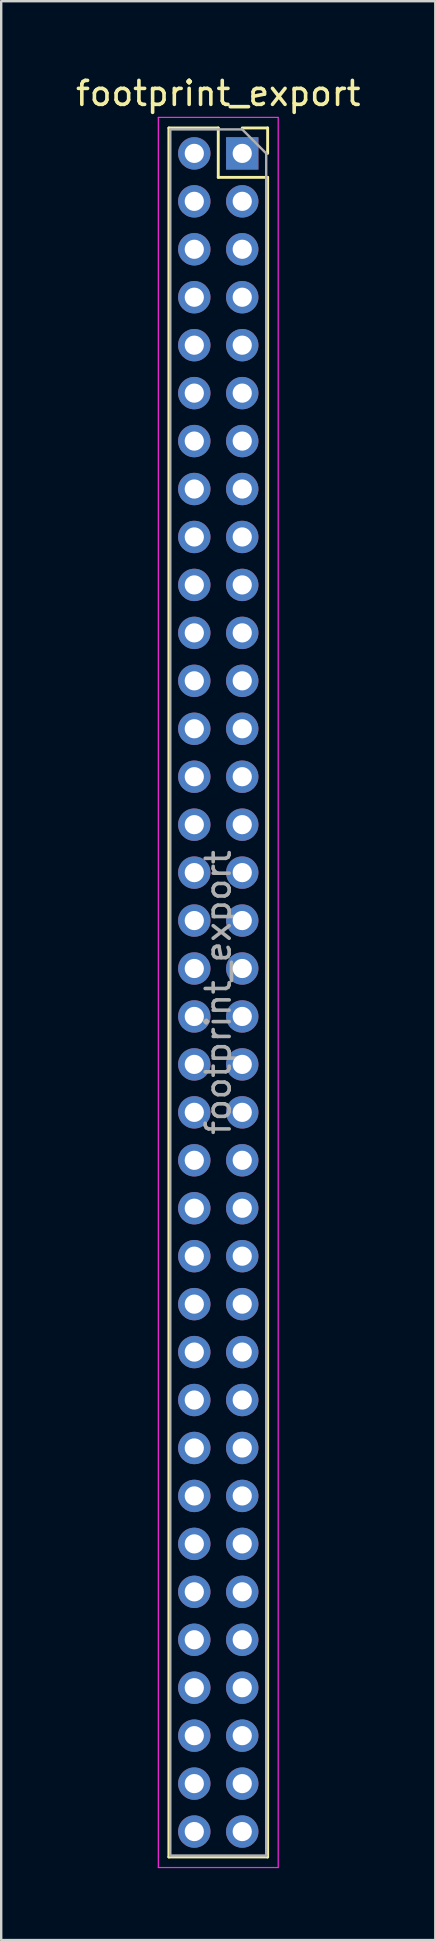
<source format=kicad_pcb>
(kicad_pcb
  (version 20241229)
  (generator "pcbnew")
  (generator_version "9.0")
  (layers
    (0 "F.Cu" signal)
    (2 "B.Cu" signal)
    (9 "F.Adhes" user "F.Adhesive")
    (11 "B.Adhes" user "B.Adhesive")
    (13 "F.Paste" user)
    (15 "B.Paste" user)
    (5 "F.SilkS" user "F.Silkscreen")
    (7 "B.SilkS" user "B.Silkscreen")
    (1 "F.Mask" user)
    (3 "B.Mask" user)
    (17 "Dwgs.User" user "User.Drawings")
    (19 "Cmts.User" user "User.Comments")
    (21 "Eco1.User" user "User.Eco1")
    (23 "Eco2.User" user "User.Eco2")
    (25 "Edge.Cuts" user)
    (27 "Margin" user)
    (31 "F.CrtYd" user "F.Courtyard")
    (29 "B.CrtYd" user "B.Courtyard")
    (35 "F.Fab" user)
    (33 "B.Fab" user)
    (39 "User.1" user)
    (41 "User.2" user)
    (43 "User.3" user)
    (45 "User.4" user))
  (footprint "footprint_export"
    (layer "F.Cu")
    (at 7.054 3.348)
    (property "Reference" "footprint_export" (at -1 -2.5 0) (layer "F.SilkS") (effects (font (size 1 1) (thickness 0.15))))
    (attr through_hole)
    (fp_line (start -3.06 -1.06) (end -3.06 71.06) (stroke (width 0.12) (type solid)) (layer "F.SilkS"))
    (fp_line (start -3.06 -1.06) (end -1 -1.06) (stroke (width 0.12) (type solid)) (layer "F.SilkS"))
    (fp_line (start -3.06 71.06) (end 1.06 71.06) (stroke (width 0.12) (type solid)) (layer "F.SilkS"))
    (fp_line (start -1 -1.06) (end -1 1) (stroke (width 0.12) (type solid)) (layer "F.SilkS"))
    (fp_line (start -1 1) (end 1.06 1) (stroke (width 0.12) (type solid)) (layer "F.SilkS"))
    (fp_line (start 0 -1.06) (end 1.06 -1.06) (stroke (width 0.12) (type solid)) (layer "F.SilkS"))
    (fp_line (start 1.06 -1.06) (end 1.06 0) (stroke (width 0.12) (type solid)) (layer "F.SilkS"))
    (fp_line (start 1.06 1) (end 1.06 71.06) (stroke (width 0.12) (type solid)) (layer "F.SilkS"))
    (fp_line (start -3.5 -1.5) (end 1.5 -1.5) (stroke (width 0.05) (type solid)) (layer "F.CrtYd"))
    (fp_line (start -3.5 71.5) (end -3.5 -1.5) (stroke (width 0.05) (type solid)) (layer "F.CrtYd"))
    (fp_line (start 1.5 -1.5) (end 1.5 71.5) (stroke (width 0.05) (type solid)) (layer "F.CrtYd"))
    (fp_line (start 1.5 71.5) (end -3.5 71.5) (stroke (width 0.05) (type solid)) (layer "F.CrtYd"))
    (fp_line (start -3 -1) (end 0 -1) (stroke (width 0.1) (type solid)) (layer "F.Fab"))
    (fp_line (start -3 71) (end -3 -1) (stroke (width 0.1) (type solid)) (layer "F.Fab"))
    (fp_line (start 0 -1) (end 1 0) (stroke (width 0.1) (type solid)) (layer "F.Fab"))
    (fp_line (start 1 0) (end 1 71) (stroke (width 0.1) (type solid)) (layer "F.Fab"))
    (fp_line (start 1 71) (end -3 71) (stroke (width 0.1) (type solid)) (layer "F.Fab"))
    (fp_text user "${REFERENCE}" (at -1 35 90) (layer "F.Fab") (effects (font (size 1 1) (thickness 0.15))))
    (pad "1" thru_hole rect (at 0 0) (size 1.35 1.35) (drill 0.8) (layers "*.Cu" "*.Mask"))
    (pad "2" thru_hole oval (at -2 0) (size 1.35 1.35) (drill 0.8) (layers "*.Cu" "*.Mask"))
    (pad "3" thru_hole oval (at 0 2) (size 1.35 1.35) (drill 0.8) (layers "*.Cu" "*.Mask"))
    (pad "4" thru_hole oval (at -2 2) (size 1.35 1.35) (drill 0.8) (layers "*.Cu" "*.Mask"))
    (pad "5" thru_hole oval (at 0 4) (size 1.35 1.35) (drill 0.8) (layers "*.Cu" "*.Mask"))
    (pad "6" thru_hole oval (at -2 4) (size 1.35 1.35) (drill 0.8) (layers "*.Cu" "*.Mask"))
    (pad "7" thru_hole oval (at 0 6) (size 1.35 1.35) (drill 0.8) (layers "*.Cu" "*.Mask"))
    (pad "8" thru_hole oval (at -2 6) (size 1.35 1.35) (drill 0.8) (layers "*.Cu" "*.Mask"))
    (pad "9" thru_hole oval (at 0 8) (size 1.35 1.35) (drill 0.8) (layers "*.Cu" "*.Mask"))
    (pad "10" thru_hole oval (at -2 8) (size 1.35 1.35) (drill 0.8) (layers "*.Cu" "*.Mask"))
    (pad "11" thru_hole oval (at 0 10) (size 1.35 1.35) (drill 0.8) (layers "*.Cu" "*.Mask"))
    (pad "12" thru_hole oval (at -2 10) (size 1.35 1.35) (drill 0.8) (layers "*.Cu" "*.Mask"))
    (pad "13" thru_hole oval (at 0 12) (size 1.35 1.35) (drill 0.8) (layers "*.Cu" "*.Mask"))
    (pad "14" thru_hole oval (at -2 12) (size 1.35 1.35) (drill 0.8) (layers "*.Cu" "*.Mask"))
    (pad "15" thru_hole oval (at 0 14) (size 1.35 1.35) (drill 0.8) (layers "*.Cu" "*.Mask"))
    (pad "16" thru_hole oval (at -2 14) (size 1.35 1.35) (drill 0.8) (layers "*.Cu" "*.Mask"))
    (pad "17" thru_hole oval (at 0 16) (size 1.35 1.35) (drill 0.8) (layers "*.Cu" "*.Mask"))
    (pad "18" thru_hole oval (at -2 16) (size 1.35 1.35) (drill 0.8) (layers "*.Cu" "*.Mask"))
    (pad "19" thru_hole oval (at 0 18) (size 1.35 1.35) (drill 0.8) (layers "*.Cu" "*.Mask"))
    (pad "20" thru_hole oval (at -2 18) (size 1.35 1.35) (drill 0.8) (layers "*.Cu" "*.Mask"))
    (pad "21" thru_hole oval (at 0 20) (size 1.35 1.35) (drill 0.8) (layers "*.Cu" "*.Mask"))
    (pad "22" thru_hole oval (at -2 20) (size 1.35 1.35) (drill 0.8) (layers "*.Cu" "*.Mask"))
    (pad "23" thru_hole oval (at 0 22) (size 1.35 1.35) (drill 0.8) (layers "*.Cu" "*.Mask"))
    (pad "24" thru_hole oval (at -2 22) (size 1.35 1.35) (drill 0.8) (layers "*.Cu" "*.Mask"))
    (pad "25" thru_hole oval (at 0 24) (size 1.35 1.35) (drill 0.8) (layers "*.Cu" "*.Mask"))
    (pad "26" thru_hole oval (at -2 24) (size 1.35 1.35) (drill 0.8) (layers "*.Cu" "*.Mask"))
    (pad "27" thru_hole oval (at 0 26) (size 1.35 1.35) (drill 0.8) (layers "*.Cu" "*.Mask"))
    (pad "28" thru_hole oval (at -2 26) (size 1.35 1.35) (drill 0.8) (layers "*.Cu" "*.Mask"))
    (pad "29" thru_hole oval (at 0 28) (size 1.35 1.35) (drill 0.8) (layers "*.Cu" "*.Mask"))
    (pad "30" thru_hole oval (at -2 28) (size 1.35 1.35) (drill 0.8) (layers "*.Cu" "*.Mask"))
    (pad "31" thru_hole oval (at 0 30) (size 1.35 1.35) (drill 0.8) (layers "*.Cu" "*.Mask"))
    (pad "32" thru_hole oval (at -2 30) (size 1.35 1.35) (drill 0.8) (layers "*.Cu" "*.Mask"))
    (pad "33" thru_hole oval (at 0 32) (size 1.35 1.35) (drill 0.8) (layers "*.Cu" "*.Mask"))
    (pad "34" thru_hole oval (at -2 32) (size 1.35 1.35) (drill 0.8) (layers "*.Cu" "*.Mask"))
    (pad "35" thru_hole oval (at 0 34) (size 1.35 1.35) (drill 0.8) (layers "*.Cu" "*.Mask"))
    (pad "36" thru_hole oval (at -2 34) (size 1.35 1.35) (drill 0.8) (layers "*.Cu" "*.Mask"))
    (pad "37" thru_hole oval (at 0 36) (size 1.35 1.35) (drill 0.8) (layers "*.Cu" "*.Mask"))
    (pad "38" thru_hole oval (at -2 36) (size 1.35 1.35) (drill 0.8) (layers "*.Cu" "*.Mask"))
    (pad "39" thru_hole oval (at 0 38) (size 1.35 1.35) (drill 0.8) (layers "*.Cu" "*.Mask"))
    (pad "40" thru_hole oval (at -2 38) (size 1.35 1.35) (drill 0.8) (layers "*.Cu" "*.Mask"))
    (pad "41" thru_hole oval (at 0 40) (size 1.35 1.35) (drill 0.8) (layers "*.Cu" "*.Mask"))
    (pad "42" thru_hole oval (at -2 40) (size 1.35 1.35) (drill 0.8) (layers "*.Cu" "*.Mask"))
    (pad "43" thru_hole oval (at 0 42) (size 1.35 1.35) (drill 0.8) (layers "*.Cu" "*.Mask"))
    (pad "44" thru_hole oval (at -2 42) (size 1.35 1.35) (drill 0.8) (layers "*.Cu" "*.Mask"))
    (pad "45" thru_hole oval (at 0 44) (size 1.35 1.35) (drill 0.8) (layers "*.Cu" "*.Mask"))
    (pad "46" thru_hole oval (at -2 44) (size 1.35 1.35) (drill 0.8) (layers "*.Cu" "*.Mask"))
    (pad "47" thru_hole oval (at 0 46) (size 1.35 1.35) (drill 0.8) (layers "*.Cu" "*.Mask"))
    (pad "48" thru_hole oval (at -2 46) (size 1.35 1.35) (drill 0.8) (layers "*.Cu" "*.Mask"))
    (pad "49" thru_hole oval (at 0 48) (size 1.35 1.35) (drill 0.8) (layers "*.Cu" "*.Mask"))
    (pad "50" thru_hole oval (at -2 48) (size 1.35 1.35) (drill 0.8) (layers "*.Cu" "*.Mask"))
    (pad "51" thru_hole oval (at 0 50) (size 1.35 1.35) (drill 0.8) (layers "*.Cu" "*.Mask"))
    (pad "52" thru_hole oval (at -2 50) (size 1.35 1.35) (drill 0.8) (layers "*.Cu" "*.Mask"))
    (pad "53" thru_hole oval (at 0 52) (size 1.35 1.35) (drill 0.8) (layers "*.Cu" "*.Mask"))
    (pad "54" thru_hole oval (at -2 52) (size 1.35 1.35) (drill 0.8) (layers "*.Cu" "*.Mask"))
    (pad "55" thru_hole oval (at 0 54) (size 1.35 1.35) (drill 0.8) (layers "*.Cu" "*.Mask"))
    (pad "56" thru_hole oval (at -2 54) (size 1.35 1.35) (drill 0.8) (layers "*.Cu" "*.Mask"))
    (pad "57" thru_hole oval (at 0 56) (size 1.35 1.35) (drill 0.8) (layers "*.Cu" "*.Mask"))
    (pad "58" thru_hole oval (at -2 56) (size 1.35 1.35) (drill 0.8) (layers "*.Cu" "*.Mask"))
    (pad "59" thru_hole oval (at 0 58) (size 1.35 1.35) (drill 0.8) (layers "*.Cu" "*.Mask"))
    (pad "60" thru_hole oval (at -2 58) (size 1.35 1.35) (drill 0.8) (layers "*.Cu" "*.Mask"))
    (pad "61" thru_hole oval (at 0 60) (size 1.35 1.35) (drill 0.8) (layers "*.Cu" "*.Mask"))
    (pad "62" thru_hole oval (at -2 60) (size 1.35 1.35) (drill 0.8) (layers "*.Cu" "*.Mask"))
    (pad "63" thru_hole oval (at 0 62) (size 1.35 1.35) (drill 0.8) (layers "*.Cu" "*.Mask"))
    (pad "64" thru_hole oval (at -2 62) (size 1.35 1.35) (drill 0.8) (layers "*.Cu" "*.Mask"))
    (pad "65" thru_hole oval (at 0 64) (size 1.35 1.35) (drill 0.8) (layers "*.Cu" "*.Mask"))
    (pad "66" thru_hole oval (at -2 64) (size 1.35 1.35) (drill 0.8) (layers "*.Cu" "*.Mask"))
    (pad "67" thru_hole oval (at 0 66) (size 1.35 1.35) (drill 0.8) (layers "*.Cu" "*.Mask"))
    (pad "68" thru_hole oval (at -2 66) (size 1.35 1.35) (drill 0.8) (layers "*.Cu" "*.Mask"))
    (pad "69" thru_hole oval (at 0 68) (size 1.35 1.35) (drill 0.8) (layers "*.Cu" "*.Mask"))
    (pad "70" thru_hole oval (at -2 68) (size 1.35 1.35) (drill 0.8) (layers "*.Cu" "*.Mask"))
    (pad "71" thru_hole oval (at 0 70) (size 1.35 1.35) (drill 0.8) (layers "*.Cu" "*.Mask"))
    (pad "72" thru_hole oval (at -2 70) (size 1.35 1.35) (drill 0.8) (layers "*.Cu" "*.Mask")))
  (gr_rect
    (start -3 -3)
    (end 15.107 77.873)
    (stroke (width 0.1) (type default))
    (fill no)
    (layer "Edge.Cuts")))
</source>
